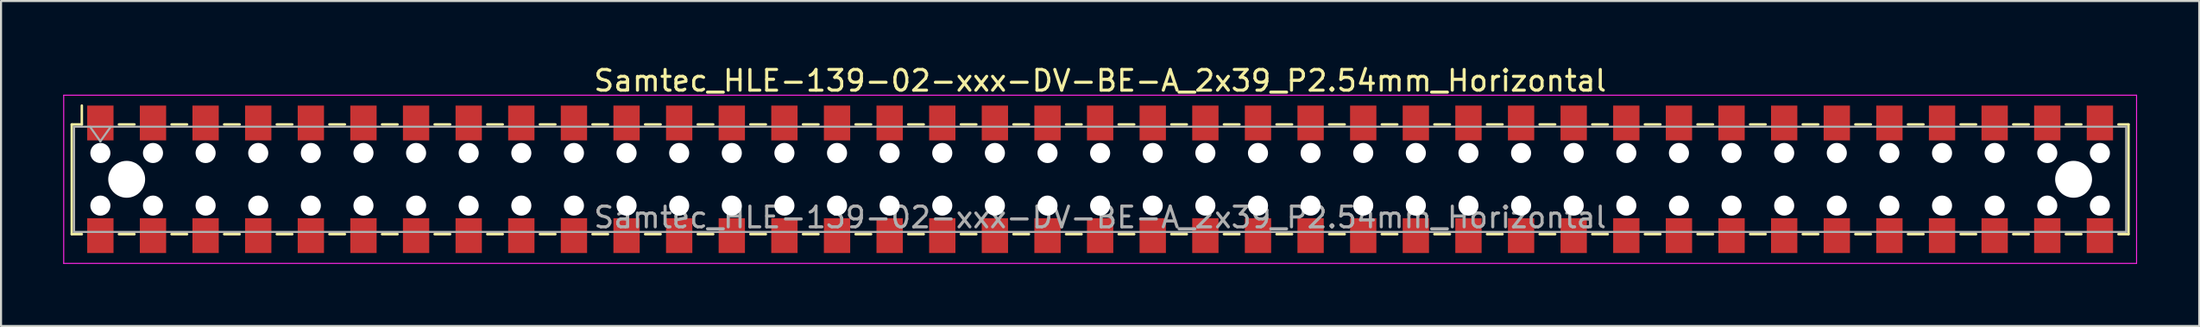
<source format=kicad_pcb>
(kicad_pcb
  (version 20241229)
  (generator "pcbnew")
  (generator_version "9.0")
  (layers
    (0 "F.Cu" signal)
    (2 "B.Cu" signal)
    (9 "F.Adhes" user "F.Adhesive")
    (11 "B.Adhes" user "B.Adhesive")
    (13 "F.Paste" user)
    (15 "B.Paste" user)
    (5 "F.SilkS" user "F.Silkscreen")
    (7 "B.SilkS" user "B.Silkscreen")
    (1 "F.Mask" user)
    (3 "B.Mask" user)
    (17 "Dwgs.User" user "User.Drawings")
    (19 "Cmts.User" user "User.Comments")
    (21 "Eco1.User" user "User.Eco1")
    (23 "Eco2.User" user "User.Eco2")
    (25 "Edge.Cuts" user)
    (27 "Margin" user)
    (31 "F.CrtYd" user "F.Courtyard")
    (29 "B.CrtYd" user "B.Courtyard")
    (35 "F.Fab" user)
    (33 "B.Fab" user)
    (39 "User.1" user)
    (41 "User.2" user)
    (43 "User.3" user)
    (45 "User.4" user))
  (footprint "Samtec_HLE-139-02-xxx-DV-BE-A_2x39_P2.54mm_Horizontal"
    (layer "F.Cu")
    (at 50.055 5.608)
    (property "Reference" "Samtec_HLE-139-02-xxx-DV-BE-A_2x39_P2.54mm_Horizontal" (at 0 -4.76 0) (layer "F.SilkS") (effects (font (size 1 1) (thickness 0.15))))
    (attr smd)
    (fp_line (start -49.64 -2.65) (end -49.64 2.65) (stroke (width 0.12) (type solid)) (layer "F.SilkS"))
    (fp_line (start -49.64 2.65) (end -49.155 2.65) (stroke (width 0.12) (type solid)) (layer "F.SilkS"))
    (fp_line (start -49.155 -3.56) (end -49.155 -2.65) (stroke (width 0.12) (type solid)) (layer "F.SilkS"))
    (fp_line (start -49.155 -2.65) (end -49.64 -2.65) (stroke (width 0.12) (type solid)) (layer "F.SilkS"))
    (fp_line (start -47.365 -2.65) (end -46.615 -2.65) (stroke (width 0.12) (type solid)) (layer "F.SilkS"))
    (fp_line (start -47.365 2.65) (end -46.615 2.65) (stroke (width 0.12) (type solid)) (layer "F.SilkS"))
    (fp_line (start -44.825 -2.65) (end -44.075 -2.65) (stroke (width 0.12) (type solid)) (layer "F.SilkS"))
    (fp_line (start -44.825 2.65) (end -44.075 2.65) (stroke (width 0.12) (type solid)) (layer "F.SilkS"))
    (fp_line (start -42.285 -2.65) (end -41.535 -2.65) (stroke (width 0.12) (type solid)) (layer "F.SilkS"))
    (fp_line (start -42.285 2.65) (end -41.535 2.65) (stroke (width 0.12) (type solid)) (layer "F.SilkS"))
    (fp_line (start -39.745 -2.65) (end -38.995 -2.65) (stroke (width 0.12) (type solid)) (layer "F.SilkS"))
    (fp_line (start -39.745 2.65) (end -38.995 2.65) (stroke (width 0.12) (type solid)) (layer "F.SilkS"))
    (fp_line (start -37.205 -2.65) (end -36.455 -2.65) (stroke (width 0.12) (type solid)) (layer "F.SilkS"))
    (fp_line (start -37.205 2.65) (end -36.455 2.65) (stroke (width 0.12) (type solid)) (layer "F.SilkS"))
    (fp_line (start -34.665 -2.65) (end -33.915 -2.65) (stroke (width 0.12) (type solid)) (layer "F.SilkS"))
    (fp_line (start -34.665 2.65) (end -33.915 2.65) (stroke (width 0.12) (type solid)) (layer "F.SilkS"))
    (fp_line (start -32.125 -2.65) (end -31.375 -2.65) (stroke (width 0.12) (type solid)) (layer "F.SilkS"))
    (fp_line (start -32.125 2.65) (end -31.375 2.65) (stroke (width 0.12) (type solid)) (layer "F.SilkS"))
    (fp_line (start -29.585 -2.65) (end -28.835 -2.65) (stroke (width 0.12) (type solid)) (layer "F.SilkS"))
    (fp_line (start -29.585 2.65) (end -28.835 2.65) (stroke (width 0.12) (type solid)) (layer "F.SilkS"))
    (fp_line (start -27.045 -2.65) (end -26.295 -2.65) (stroke (width 0.12) (type solid)) (layer "F.SilkS"))
    (fp_line (start -27.045 2.65) (end -26.295 2.65) (stroke (width 0.12) (type solid)) (layer "F.SilkS"))
    (fp_line (start -24.505 -2.65) (end -23.755 -2.65) (stroke (width 0.12) (type solid)) (layer "F.SilkS"))
    (fp_line (start -24.505 2.65) (end -23.755 2.65) (stroke (width 0.12) (type solid)) (layer "F.SilkS"))
    (fp_line (start -21.965 -2.65) (end -21.215 -2.65) (stroke (width 0.12) (type solid)) (layer "F.SilkS"))
    (fp_line (start -21.965 2.65) (end -21.215 2.65) (stroke (width 0.12) (type solid)) (layer "F.SilkS"))
    (fp_line (start -19.425 -2.65) (end -18.675 -2.65) (stroke (width 0.12) (type solid)) (layer "F.SilkS"))
    (fp_line (start -19.425 2.65) (end -18.675 2.65) (stroke (width 0.12) (type solid)) (layer "F.SilkS"))
    (fp_line (start -16.885 -2.65) (end -16.135 -2.65) (stroke (width 0.12) (type solid)) (layer "F.SilkS"))
    (fp_line (start -16.885 2.65) (end -16.135 2.65) (stroke (width 0.12) (type solid)) (layer "F.SilkS"))
    (fp_line (start -14.345 -2.65) (end -13.595 -2.65) (stroke (width 0.12) (type solid)) (layer "F.SilkS"))
    (fp_line (start -14.345 2.65) (end -13.595 2.65) (stroke (width 0.12) (type solid)) (layer "F.SilkS"))
    (fp_line (start -11.805 -2.65) (end -11.055 -2.65) (stroke (width 0.12) (type solid)) (layer "F.SilkS"))
    (fp_line (start -11.805 2.65) (end -11.055 2.65) (stroke (width 0.12) (type solid)) (layer "F.SilkS"))
    (fp_line (start -9.265 -2.65) (end -8.515 -2.65) (stroke (width 0.12) (type solid)) (layer "F.SilkS"))
    (fp_line (start -9.265 2.65) (end -8.515 2.65) (stroke (width 0.12) (type solid)) (layer "F.SilkS"))
    (fp_line (start -6.725 -2.65) (end -5.975 -2.65) (stroke (width 0.12) (type solid)) (layer "F.SilkS"))
    (fp_line (start -6.725 2.65) (end -5.975 2.65) (stroke (width 0.12) (type solid)) (layer "F.SilkS"))
    (fp_line (start -4.185 -2.65) (end -3.435 -2.65) (stroke (width 0.12) (type solid)) (layer "F.SilkS"))
    (fp_line (start -4.185 2.65) (end -3.435 2.65) (stroke (width 0.12) (type solid)) (layer "F.SilkS"))
    (fp_line (start -1.645 -2.65) (end -0.895 -2.65) (stroke (width 0.12) (type solid)) (layer "F.SilkS"))
    (fp_line (start -1.645 2.65) (end -0.895 2.65) (stroke (width 0.12) (type solid)) (layer "F.SilkS"))
    (fp_line (start 0.895 -2.65) (end 1.645 -2.65) (stroke (width 0.12) (type solid)) (layer "F.SilkS"))
    (fp_line (start 0.895 2.65) (end 1.645 2.65) (stroke (width 0.12) (type solid)) (layer "F.SilkS"))
    (fp_line (start 3.435 -2.65) (end 4.185 -2.65) (stroke (width 0.12) (type solid)) (layer "F.SilkS"))
    (fp_line (start 3.435 2.65) (end 4.185 2.65) (stroke (width 0.12) (type solid)) (layer "F.SilkS"))
    (fp_line (start 5.975 -2.65) (end 6.725 -2.65) (stroke (width 0.12) (type solid)) (layer "F.SilkS"))
    (fp_line (start 5.975 2.65) (end 6.725 2.65) (stroke (width 0.12) (type solid)) (layer "F.SilkS"))
    (fp_line (start 8.515 -2.65) (end 9.265 -2.65) (stroke (width 0.12) (type solid)) (layer "F.SilkS"))
    (fp_line (start 8.515 2.65) (end 9.265 2.65) (stroke (width 0.12) (type solid)) (layer "F.SilkS"))
    (fp_line (start 11.055 -2.65) (end 11.805 -2.65) (stroke (width 0.12) (type solid)) (layer "F.SilkS"))
    (fp_line (start 11.055 2.65) (end 11.805 2.65) (stroke (width 0.12) (type solid)) (layer "F.SilkS"))
    (fp_line (start 13.595 -2.65) (end 14.345 -2.65) (stroke (width 0.12) (type solid)) (layer "F.SilkS"))
    (fp_line (start 13.595 2.65) (end 14.345 2.65) (stroke (width 0.12) (type solid)) (layer "F.SilkS"))
    (fp_line (start 16.135 -2.65) (end 16.885 -2.65) (stroke (width 0.12) (type solid)) (layer "F.SilkS"))
    (fp_line (start 16.135 2.65) (end 16.885 2.65) (stroke (width 0.12) (type solid)) (layer "F.SilkS"))
    (fp_line (start 18.675 -2.65) (end 19.425 -2.65) (stroke (width 0.12) (type solid)) (layer "F.SilkS"))
    (fp_line (start 18.675 2.65) (end 19.425 2.65) (stroke (width 0.12) (type solid)) (layer "F.SilkS"))
    (fp_line (start 21.215 -2.65) (end 21.965 -2.65) (stroke (width 0.12) (type solid)) (layer "F.SilkS"))
    (fp_line (start 21.215 2.65) (end 21.965 2.65) (stroke (width 0.12) (type solid)) (layer "F.SilkS"))
    (fp_line (start 23.755 -2.65) (end 24.505 -2.65) (stroke (width 0.12) (type solid)) (layer "F.SilkS"))
    (fp_line (start 23.755 2.65) (end 24.505 2.65) (stroke (width 0.12) (type solid)) (layer "F.SilkS"))
    (fp_line (start 26.295 -2.65) (end 27.045 -2.65) (stroke (width 0.12) (type solid)) (layer "F.SilkS"))
    (fp_line (start 26.295 2.65) (end 27.045 2.65) (stroke (width 0.12) (type solid)) (layer "F.SilkS"))
    (fp_line (start 28.835 -2.65) (end 29.585 -2.65) (stroke (width 0.12) (type solid)) (layer "F.SilkS"))
    (fp_line (start 28.835 2.65) (end 29.585 2.65) (stroke (width 0.12) (type solid)) (layer "F.SilkS"))
    (fp_line (start 31.375 -2.65) (end 32.125 -2.65) (stroke (width 0.12) (type solid)) (layer "F.SilkS"))
    (fp_line (start 31.375 2.65) (end 32.125 2.65) (stroke (width 0.12) (type solid)) (layer "F.SilkS"))
    (fp_line (start 33.915 -2.65) (end 34.665 -2.65) (stroke (width 0.12) (type solid)) (layer "F.SilkS"))
    (fp_line (start 33.915 2.65) (end 34.665 2.65) (stroke (width 0.12) (type solid)) (layer "F.SilkS"))
    (fp_line (start 36.455 -2.65) (end 37.205 -2.65) (stroke (width 0.12) (type solid)) (layer "F.SilkS"))
    (fp_line (start 36.455 2.65) (end 37.205 2.65) (stroke (width 0.12) (type solid)) (layer "F.SilkS"))
    (fp_line (start 38.995 -2.65) (end 39.745 -2.65) (stroke (width 0.12) (type solid)) (layer "F.SilkS"))
    (fp_line (start 38.995 2.65) (end 39.745 2.65) (stroke (width 0.12) (type solid)) (layer "F.SilkS"))
    (fp_line (start 41.535 -2.65) (end 42.285 -2.65) (stroke (width 0.12) (type solid)) (layer "F.SilkS"))
    (fp_line (start 41.535 2.65) (end 42.285 2.65) (stroke (width 0.12) (type solid)) (layer "F.SilkS"))
    (fp_line (start 44.075 -2.65) (end 44.825 -2.65) (stroke (width 0.12) (type solid)) (layer "F.SilkS"))
    (fp_line (start 44.075 2.65) (end 44.825 2.65) (stroke (width 0.12) (type solid)) (layer "F.SilkS"))
    (fp_line (start 46.615 -2.65) (end 47.365 -2.65) (stroke (width 0.12) (type solid)) (layer "F.SilkS"))
    (fp_line (start 46.615 2.65) (end 47.365 2.65) (stroke (width 0.12) (type solid)) (layer "F.SilkS"))
    (fp_line (start 49.155 -2.65) (end 49.64 -2.65) (stroke (width 0.12) (type solid)) (layer "F.SilkS"))
    (fp_line (start 49.64 -2.65) (end 49.64 2.65) (stroke (width 0.12) (type solid)) (layer "F.SilkS"))
    (fp_line (start 49.64 2.65) (end 49.155 2.65) (stroke (width 0.12) (type solid)) (layer "F.SilkS"))
    (fp_line (start -50.03 -4.06) (end 50.03 -4.06) (stroke (width 0.05) (type solid)) (layer "F.CrtYd"))
    (fp_line (start -50.03 4.06) (end -50.03 -4.06) (stroke (width 0.05) (type solid)) (layer "F.CrtYd"))
    (fp_line (start 50.03 -4.06) (end 50.03 4.06) (stroke (width 0.05) (type solid)) (layer "F.CrtYd"))
    (fp_line (start 50.03 4.06) (end -50.03 4.06) (stroke (width 0.05) (type solid)) (layer "F.CrtYd"))
    (fp_line (start -49.53 -2.54) (end 49.53 -2.54) (stroke (width 0.1) (type solid)) (layer "F.Fab"))
    (fp_line (start -49.53 2.54) (end -49.53 -2.54) (stroke (width 0.1) (type solid)) (layer "F.Fab"))
    (fp_line (start -48.76 -2.54) (end -48.26 -1.833) (stroke (width 0.1) (type solid)) (layer "F.Fab"))
    (fp_line (start -48.26 -1.833) (end -47.76 -2.54) (stroke (width 0.1) (type solid)) (layer "F.Fab"))
    (fp_line (start 49.53 -2.54) (end 49.53 2.54) (stroke (width 0.1) (type solid)) (layer "F.Fab"))
    (fp_line (start 49.53 2.54) (end -49.53 2.54) (stroke (width 0.1) (type solid)) (layer "F.Fab"))
    (fp_text user "${REFERENCE}" (at 0 1.84 0) (layer "F.Fab") (effects (font (size 1 1) (thickness 0.15))))
    (pad "" np_thru_hole circle (at -48.26 -1.27) (size 0.97 0.97) (drill 0.97) (layers "*.Cu" "*.Mask"))
    (pad "" np_thru_hole circle (at -48.26 1.27) (size 0.97 0.97) (drill 0.97) (layers "*.Cu" "*.Mask"))
    (pad "" np_thru_hole circle (at -46.99 0) (size 1.78 1.78) (drill 1.78) (layers "*.Cu" "*.Mask"))
    (pad "" np_thru_hole circle (at -45.72 -1.27) (size 0.97 0.97) (drill 0.97) (layers "*.Cu" "*.Mask"))
    (pad "" np_thru_hole circle (at -45.72 1.27) (size 0.97 0.97) (drill 0.97) (layers "*.Cu" "*.Mask"))
    (pad "" np_thru_hole circle (at -43.18 -1.27) (size 0.97 0.97) (drill 0.97) (layers "*.Cu" "*.Mask"))
    (pad "" np_thru_hole circle (at -43.18 1.27) (size 0.97 0.97) (drill 0.97) (layers "*.Cu" "*.Mask"))
    (pad "" np_thru_hole circle (at -40.64 -1.27) (size 0.97 0.97) (drill 0.97) (layers "*.Cu" "*.Mask"))
    (pad "" np_thru_hole circle (at -40.64 1.27) (size 0.97 0.97) (drill 0.97) (layers "*.Cu" "*.Mask"))
    (pad "" np_thru_hole circle (at -38.1 -1.27) (size 0.97 0.97) (drill 0.97) (layers "*.Cu" "*.Mask"))
    (pad "" np_thru_hole circle (at -38.1 1.27) (size 0.97 0.97) (drill 0.97) (layers "*.Cu" "*.Mask"))
    (pad "" np_thru_hole circle (at -35.56 -1.27) (size 0.97 0.97) (drill 0.97) (layers "*.Cu" "*.Mask"))
    (pad "" np_thru_hole circle (at -35.56 1.27) (size 0.97 0.97) (drill 0.97) (layers "*.Cu" "*.Mask"))
    (pad "" np_thru_hole circle (at -33.02 -1.27) (size 0.97 0.97) (drill 0.97) (layers "*.Cu" "*.Mask"))
    (pad "" np_thru_hole circle (at -33.02 1.27) (size 0.97 0.97) (drill 0.97) (layers "*.Cu" "*.Mask"))
    (pad "" np_thru_hole circle (at -30.48 -1.27) (size 0.97 0.97) (drill 0.97) (layers "*.Cu" "*.Mask"))
    (pad "" np_thru_hole circle (at -30.48 1.27) (size 0.97 0.97) (drill 0.97) (layers "*.Cu" "*.Mask"))
    (pad "" np_thru_hole circle (at -27.94 -1.27) (size 0.97 0.97) (drill 0.97) (layers "*.Cu" "*.Mask"))
    (pad "" np_thru_hole circle (at -27.94 1.27) (size 0.97 0.97) (drill 0.97) (layers "*.Cu" "*.Mask"))
    (pad "" np_thru_hole circle (at -25.4 -1.27) (size 0.97 0.97) (drill 0.97) (layers "*.Cu" "*.Mask"))
    (pad "" np_thru_hole circle (at -25.4 1.27) (size 0.97 0.97) (drill 0.97) (layers "*.Cu" "*.Mask"))
    (pad "" np_thru_hole circle (at -22.86 -1.27) (size 0.97 0.97) (drill 0.97) (layers "*.Cu" "*.Mask"))
    (pad "" np_thru_hole circle (at -22.86 1.27) (size 0.97 0.97) (drill 0.97) (layers "*.Cu" "*.Mask"))
    (pad "" np_thru_hole circle (at -20.32 -1.27) (size 0.97 0.97) (drill 0.97) (layers "*.Cu" "*.Mask"))
    (pad "" np_thru_hole circle (at -20.32 1.27) (size 0.97 0.97) (drill 0.97) (layers "*.Cu" "*.Mask"))
    (pad "" np_thru_hole circle (at -17.78 -1.27) (size 0.97 0.97) (drill 0.97) (layers "*.Cu" "*.Mask"))
    (pad "" np_thru_hole circle (at -17.78 1.27) (size 0.97 0.97) (drill 0.97) (layers "*.Cu" "*.Mask"))
    (pad "" np_thru_hole circle (at -15.24 -1.27) (size 0.97 0.97) (drill 0.97) (layers "*.Cu" "*.Mask"))
    (pad "" np_thru_hole circle (at -15.24 1.27) (size 0.97 0.97) (drill 0.97) (layers "*.Cu" "*.Mask"))
    (pad "" np_thru_hole circle (at -12.7 -1.27) (size 0.97 0.97) (drill 0.97) (layers "*.Cu" "*.Mask"))
    (pad "" np_thru_hole circle (at -12.7 1.27) (size 0.97 0.97) (drill 0.97) (layers "*.Cu" "*.Mask"))
    (pad "" np_thru_hole circle (at -10.16 -1.27) (size 0.97 0.97) (drill 0.97) (layers "*.Cu" "*.Mask"))
    (pad "" np_thru_hole circle (at -10.16 1.27) (size 0.97 0.97) (drill 0.97) (layers "*.Cu" "*.Mask"))
    (pad "" np_thru_hole circle (at -7.62 -1.27) (size 0.97 0.97) (drill 0.97) (layers "*.Cu" "*.Mask"))
    (pad "" np_thru_hole circle (at -7.62 1.27) (size 0.97 0.97) (drill 0.97) (layers "*.Cu" "*.Mask"))
    (pad "" np_thru_hole circle (at -5.08 -1.27) (size 0.97 0.97) (drill 0.97) (layers "*.Cu" "*.Mask"))
    (pad "" np_thru_hole circle (at -5.08 1.27) (size 0.97 0.97) (drill 0.97) (layers "*.Cu" "*.Mask"))
    (pad "" np_thru_hole circle (at -2.54 -1.27) (size 0.97 0.97) (drill 0.97) (layers "*.Cu" "*.Mask"))
    (pad "" np_thru_hole circle (at -2.54 1.27) (size 0.97 0.97) (drill 0.97) (layers "*.Cu" "*.Mask"))
    (pad "" np_thru_hole circle (at 0 -1.27) (size 0.97 0.97) (drill 0.97) (layers "*.Cu" "*.Mask"))
    (pad "" np_thru_hole circle (at 0 1.27) (size 0.97 0.97) (drill 0.97) (layers "*.Cu" "*.Mask"))
    (pad "" np_thru_hole circle (at 2.54 -1.27) (size 0.97 0.97) (drill 0.97) (layers "*.Cu" "*.Mask"))
    (pad "" np_thru_hole circle (at 2.54 1.27) (size 0.97 0.97) (drill 0.97) (layers "*.Cu" "*.Mask"))
    (pad "" np_thru_hole circle (at 5.08 -1.27) (size 0.97 0.97) (drill 0.97) (layers "*.Cu" "*.Mask"))
    (pad "" np_thru_hole circle (at 5.08 1.27) (size 0.97 0.97) (drill 0.97) (layers "*.Cu" "*.Mask"))
    (pad "" np_thru_hole circle (at 7.62 -1.27) (size 0.97 0.97) (drill 0.97) (layers "*.Cu" "*.Mask"))
    (pad "" np_thru_hole circle (at 7.62 1.27) (size 0.97 0.97) (drill 0.97) (layers "*.Cu" "*.Mask"))
    (pad "" np_thru_hole circle (at 10.16 -1.27) (size 0.97 0.97) (drill 0.97) (layers "*.Cu" "*.Mask"))
    (pad "" np_thru_hole circle (at 10.16 1.27) (size 0.97 0.97) (drill 0.97) (layers "*.Cu" "*.Mask"))
    (pad "" np_thru_hole circle (at 12.7 -1.27) (size 0.97 0.97) (drill 0.97) (layers "*.Cu" "*.Mask"))
    (pad "" np_thru_hole circle (at 12.7 1.27) (size 0.97 0.97) (drill 0.97) (layers "*.Cu" "*.Mask"))
    (pad "" np_thru_hole circle (at 15.24 -1.27) (size 0.97 0.97) (drill 0.97) (layers "*.Cu" "*.Mask"))
    (pad "" np_thru_hole circle (at 15.24 1.27) (size 0.97 0.97) (drill 0.97) (layers "*.Cu" "*.Mask"))
    (pad "" np_thru_hole circle (at 17.78 -1.27) (size 0.97 0.97) (drill 0.97) (layers "*.Cu" "*.Mask"))
    (pad "" np_thru_hole circle (at 17.78 1.27) (size 0.97 0.97) (drill 0.97) (layers "*.Cu" "*.Mask"))
    (pad "" np_thru_hole circle (at 20.32 -1.27) (size 0.97 0.97) (drill 0.97) (layers "*.Cu" "*.Mask"))
    (pad "" np_thru_hole circle (at 20.32 1.27) (size 0.97 0.97) (drill 0.97) (layers "*.Cu" "*.Mask"))
    (pad "" np_thru_hole circle (at 22.86 -1.27) (size 0.97 0.97) (drill 0.97) (layers "*.Cu" "*.Mask"))
    (pad "" np_thru_hole circle (at 22.86 1.27) (size 0.97 0.97) (drill 0.97) (layers "*.Cu" "*.Mask"))
    (pad "" np_thru_hole circle (at 25.4 -1.27) (size 0.97 0.97) (drill 0.97) (layers "*.Cu" "*.Mask"))
    (pad "" np_thru_hole circle (at 25.4 1.27) (size 0.97 0.97) (drill 0.97) (layers "*.Cu" "*.Mask"))
    (pad "" np_thru_hole circle (at 27.94 -1.27) (size 0.97 0.97) (drill 0.97) (layers "*.Cu" "*.Mask"))
    (pad "" np_thru_hole circle (at 27.94 1.27) (size 0.97 0.97) (drill 0.97) (layers "*.Cu" "*.Mask"))
    (pad "" np_thru_hole circle (at 30.48 -1.27) (size 0.97 0.97) (drill 0.97) (layers "*.Cu" "*.Mask"))
    (pad "" np_thru_hole circle (at 30.48 1.27) (size 0.97 0.97) (drill 0.97) (layers "*.Cu" "*.Mask"))
    (pad "" np_thru_hole circle (at 33.02 -1.27) (size 0.97 0.97) (drill 0.97) (layers "*.Cu" "*.Mask"))
    (pad "" np_thru_hole circle (at 33.02 1.27) (size 0.97 0.97) (drill 0.97) (layers "*.Cu" "*.Mask"))
    (pad "" np_thru_hole circle (at 35.56 -1.27) (size 0.97 0.97) (drill 0.97) (layers "*.Cu" "*.Mask"))
    (pad "" np_thru_hole circle (at 35.56 1.27) (size 0.97 0.97) (drill 0.97) (layers "*.Cu" "*.Mask"))
    (pad "" np_thru_hole circle (at 38.1 -1.27) (size 0.97 0.97) (drill 0.97) (layers "*.Cu" "*.Mask"))
    (pad "" np_thru_hole circle (at 38.1 1.27) (size 0.97 0.97) (drill 0.97) (layers "*.Cu" "*.Mask"))
    (pad "" np_thru_hole circle (at 40.64 -1.27) (size 0.97 0.97) (drill 0.97) (layers "*.Cu" "*.Mask"))
    (pad "" np_thru_hole circle (at 40.64 1.27) (size 0.97 0.97) (drill 0.97) (layers "*.Cu" "*.Mask"))
    (pad "" np_thru_hole circle (at 43.18 -1.27) (size 0.97 0.97) (drill 0.97) (layers "*.Cu" "*.Mask"))
    (pad "" np_thru_hole circle (at 43.18 1.27) (size 0.97 0.97) (drill 0.97) (layers "*.Cu" "*.Mask"))
    (pad "" np_thru_hole circle (at 45.72 -1.27) (size 0.97 0.97) (drill 0.97) (layers "*.Cu" "*.Mask"))
    (pad "" np_thru_hole circle (at 45.72 1.27) (size 0.97 0.97) (drill 0.97) (layers "*.Cu" "*.Mask"))
    (pad "" np_thru_hole circle (at 46.99 0) (size 1.78 1.78) (drill 1.78) (layers "*.Cu" "*.Mask"))
    (pad "" np_thru_hole circle (at 48.26 -1.27) (size 0.97 0.97) (drill 0.97) (layers "*.Cu" "*.Mask"))
    (pad "" np_thru_hole circle (at 48.26 1.27) (size 0.97 0.97) (drill 0.97) (layers "*.Cu" "*.Mask"))
    (pad "1" smd rect (at -48.26 -2.72) (size 1.27 1.68) (layers "F.Cu" "F.Mask" "F.Paste"))
    (pad "2" smd rect (at -48.26 2.72) (size 1.27 1.68) (layers "F.Cu" "F.Mask" "F.Paste"))
    (pad "3" smd rect (at -45.72 -2.72) (size 1.27 1.68) (layers "F.Cu" "F.Mask" "F.Paste"))
    (pad "4" smd rect (at -45.72 2.72) (size 1.27 1.68) (layers "F.Cu" "F.Mask" "F.Paste"))
    (pad "5" smd rect (at -43.18 -2.72) (size 1.27 1.68) (layers "F.Cu" "F.Mask" "F.Paste"))
    (pad "6" smd rect (at -43.18 2.72) (size 1.27 1.68) (layers "F.Cu" "F.Mask" "F.Paste"))
    (pad "7" smd rect (at -40.64 -2.72) (size 1.27 1.68) (layers "F.Cu" "F.Mask" "F.Paste"))
    (pad "8" smd rect (at -40.64 2.72) (size 1.27 1.68) (layers "F.Cu" "F.Mask" "F.Paste"))
    (pad "9" smd rect (at -38.1 -2.72) (size 1.27 1.68) (layers "F.Cu" "F.Mask" "F.Paste"))
    (pad "10" smd rect (at -38.1 2.72) (size 1.27 1.68) (layers "F.Cu" "F.Mask" "F.Paste"))
    (pad "11" smd rect (at -35.56 -2.72) (size 1.27 1.68) (layers "F.Cu" "F.Mask" "F.Paste"))
    (pad "12" smd rect (at -35.56 2.72) (size 1.27 1.68) (layers "F.Cu" "F.Mask" "F.Paste"))
    (pad "13" smd rect (at -33.02 -2.72) (size 1.27 1.68) (layers "F.Cu" "F.Mask" "F.Paste"))
    (pad "14" smd rect (at -33.02 2.72) (size 1.27 1.68) (layers "F.Cu" "F.Mask" "F.Paste"))
    (pad "15" smd rect (at -30.48 -2.72) (size 1.27 1.68) (layers "F.Cu" "F.Mask" "F.Paste"))
    (pad "16" smd rect (at -30.48 2.72) (size 1.27 1.68) (layers "F.Cu" "F.Mask" "F.Paste"))
    (pad "17" smd rect (at -27.94 -2.72) (size 1.27 1.68) (layers "F.Cu" "F.Mask" "F.Paste"))
    (pad "18" smd rect (at -27.94 2.72) (size 1.27 1.68) (layers "F.Cu" "F.Mask" "F.Paste"))
    (pad "19" smd rect (at -25.4 -2.72) (size 1.27 1.68) (layers "F.Cu" "F.Mask" "F.Paste"))
    (pad "20" smd rect (at -25.4 2.72) (size 1.27 1.68) (layers "F.Cu" "F.Mask" "F.Paste"))
    (pad "21" smd rect (at -22.86 -2.72) (size 1.27 1.68) (layers "F.Cu" "F.Mask" "F.Paste"))
    (pad "22" smd rect (at -22.86 2.72) (size 1.27 1.68) (layers "F.Cu" "F.Mask" "F.Paste"))
    (pad "23" smd rect (at -20.32 -2.72) (size 1.27 1.68) (layers "F.Cu" "F.Mask" "F.Paste"))
    (pad "24" smd rect (at -20.32 2.72) (size 1.27 1.68) (layers "F.Cu" "F.Mask" "F.Paste"))
    (pad "25" smd rect (at -17.78 -2.72) (size 1.27 1.68) (layers "F.Cu" "F.Mask" "F.Paste"))
    (pad "26" smd rect (at -17.78 2.72) (size 1.27 1.68) (layers "F.Cu" "F.Mask" "F.Paste"))
    (pad "27" smd rect (at -15.24 -2.72) (size 1.27 1.68) (layers "F.Cu" "F.Mask" "F.Paste"))
    (pad "28" smd rect (at -15.24 2.72) (size 1.27 1.68) (layers "F.Cu" "F.Mask" "F.Paste"))
    (pad "29" smd rect (at -12.7 -2.72) (size 1.27 1.68) (layers "F.Cu" "F.Mask" "F.Paste"))
    (pad "30" smd rect (at -12.7 2.72) (size 1.27 1.68) (layers "F.Cu" "F.Mask" "F.Paste"))
    (pad "31" smd rect (at -10.16 -2.72) (size 1.27 1.68) (layers "F.Cu" "F.Mask" "F.Paste"))
    (pad "32" smd rect (at -10.16 2.72) (size 1.27 1.68) (layers "F.Cu" "F.Mask" "F.Paste"))
    (pad "33" smd rect (at -7.62 -2.72) (size 1.27 1.68) (layers "F.Cu" "F.Mask" "F.Paste"))
    (pad "34" smd rect (at -7.62 2.72) (size 1.27 1.68) (layers "F.Cu" "F.Mask" "F.Paste"))
    (pad "35" smd rect (at -5.08 -2.72) (size 1.27 1.68) (layers "F.Cu" "F.Mask" "F.Paste"))
    (pad "36" smd rect (at -5.08 2.72) (size 1.27 1.68) (layers "F.Cu" "F.Mask" "F.Paste"))
    (pad "37" smd rect (at -2.54 -2.72) (size 1.27 1.68) (layers "F.Cu" "F.Mask" "F.Paste"))
    (pad "38" smd rect (at -2.54 2.72) (size 1.27 1.68) (layers "F.Cu" "F.Mask" "F.Paste"))
    (pad "39" smd rect (at 0 -2.72) (size 1.27 1.68) (layers "F.Cu" "F.Mask" "F.Paste"))
    (pad "40" smd rect (at 0 2.72) (size 1.27 1.68) (layers "F.Cu" "F.Mask" "F.Paste"))
    (pad "41" smd rect (at 2.54 -2.72) (size 1.27 1.68) (layers "F.Cu" "F.Mask" "F.Paste"))
    (pad "42" smd rect (at 2.54 2.72) (size 1.27 1.68) (layers "F.Cu" "F.Mask" "F.Paste"))
    (pad "43" smd rect (at 5.08 -2.72) (size 1.27 1.68) (layers "F.Cu" "F.Mask" "F.Paste"))
    (pad "44" smd rect (at 5.08 2.72) (size 1.27 1.68) (layers "F.Cu" "F.Mask" "F.Paste"))
    (pad "45" smd rect (at 7.62 -2.72) (size 1.27 1.68) (layers "F.Cu" "F.Mask" "F.Paste"))
    (pad "46" smd rect (at 7.62 2.72) (size 1.27 1.68) (layers "F.Cu" "F.Mask" "F.Paste"))
    (pad "47" smd rect (at 10.16 -2.72) (size 1.27 1.68) (layers "F.Cu" "F.Mask" "F.Paste"))
    (pad "48" smd rect (at 10.16 2.72) (size 1.27 1.68) (layers "F.Cu" "F.Mask" "F.Paste"))
    (pad "49" smd rect (at 12.7 -2.72) (size 1.27 1.68) (layers "F.Cu" "F.Mask" "F.Paste"))
    (pad "50" smd rect (at 12.7 2.72) (size 1.27 1.68) (layers "F.Cu" "F.Mask" "F.Paste"))
    (pad "51" smd rect (at 15.24 -2.72) (size 1.27 1.68) (layers "F.Cu" "F.Mask" "F.Paste"))
    (pad "52" smd rect (at 15.24 2.72) (size 1.27 1.68) (layers "F.Cu" "F.Mask" "F.Paste"))
    (pad "53" smd rect (at 17.78 -2.72) (size 1.27 1.68) (layers "F.Cu" "F.Mask" "F.Paste"))
    (pad "54" smd rect (at 17.78 2.72) (size 1.27 1.68) (layers "F.Cu" "F.Mask" "F.Paste"))
    (pad "55" smd rect (at 20.32 -2.72) (size 1.27 1.68) (layers "F.Cu" "F.Mask" "F.Paste"))
    (pad "56" smd rect (at 20.32 2.72) (size 1.27 1.68) (layers "F.Cu" "F.Mask" "F.Paste"))
    (pad "57" smd rect (at 22.86 -2.72) (size 1.27 1.68) (layers "F.Cu" "F.Mask" "F.Paste"))
    (pad "58" smd rect (at 22.86 2.72) (size 1.27 1.68) (layers "F.Cu" "F.Mask" "F.Paste"))
    (pad "59" smd rect (at 25.4 -2.72) (size 1.27 1.68) (layers "F.Cu" "F.Mask" "F.Paste"))
    (pad "60" smd rect (at 25.4 2.72) (size 1.27 1.68) (layers "F.Cu" "F.Mask" "F.Paste"))
    (pad "61" smd rect (at 27.94 -2.72) (size 1.27 1.68) (layers "F.Cu" "F.Mask" "F.Paste"))
    (pad "62" smd rect (at 27.94 2.72) (size 1.27 1.68) (layers "F.Cu" "F.Mask" "F.Paste"))
    (pad "63" smd rect (at 30.48 -2.72) (size 1.27 1.68) (layers "F.Cu" "F.Mask" "F.Paste"))
    (pad "64" smd rect (at 30.48 2.72) (size 1.27 1.68) (layers "F.Cu" "F.Mask" "F.Paste"))
    (pad "65" smd rect (at 33.02 -2.72) (size 1.27 1.68) (layers "F.Cu" "F.Mask" "F.Paste"))
    (pad "66" smd rect (at 33.02 2.72) (size 1.27 1.68) (layers "F.Cu" "F.Mask" "F.Paste"))
    (pad "67" smd rect (at 35.56 -2.72) (size 1.27 1.68) (layers "F.Cu" "F.Mask" "F.Paste"))
    (pad "68" smd rect (at 35.56 2.72) (size 1.27 1.68) (layers "F.Cu" "F.Mask" "F.Paste"))
    (pad "69" smd rect (at 38.1 -2.72) (size 1.27 1.68) (layers "F.Cu" "F.Mask" "F.Paste"))
    (pad "70" smd rect (at 38.1 2.72) (size 1.27 1.68) (layers "F.Cu" "F.Mask" "F.Paste"))
    (pad "71" smd rect (at 40.64 -2.72) (size 1.27 1.68) (layers "F.Cu" "F.Mask" "F.Paste"))
    (pad "72" smd rect (at 40.64 2.72) (size 1.27 1.68) (layers "F.Cu" "F.Mask" "F.Paste"))
    (pad "73" smd rect (at 43.18 -2.72) (size 1.27 1.68) (layers "F.Cu" "F.Mask" "F.Paste"))
    (pad "74" smd rect (at 43.18 2.72) (size 1.27 1.68) (layers "F.Cu" "F.Mask" "F.Paste"))
    (pad "75" smd rect (at 45.72 -2.72) (size 1.27 1.68) (layers "F.Cu" "F.Mask" "F.Paste"))
    (pad "76" smd rect (at 45.72 2.72) (size 1.27 1.68) (layers "F.Cu" "F.Mask" "F.Paste"))
    (pad "77" smd rect (at 48.26 -2.72) (size 1.27 1.68) (layers "F.Cu" "F.Mask" "F.Paste"))
    (pad "78" smd rect (at 48.26 2.72) (size 1.27 1.68) (layers "F.Cu" "F.Mask" "F.Paste")))
  (gr_rect
    (start -3 -3)
    (end 103.11 12.693)
    (stroke (width 0.1) (type default))
    (fill no)
    (layer "Edge.Cuts")))
</source>
